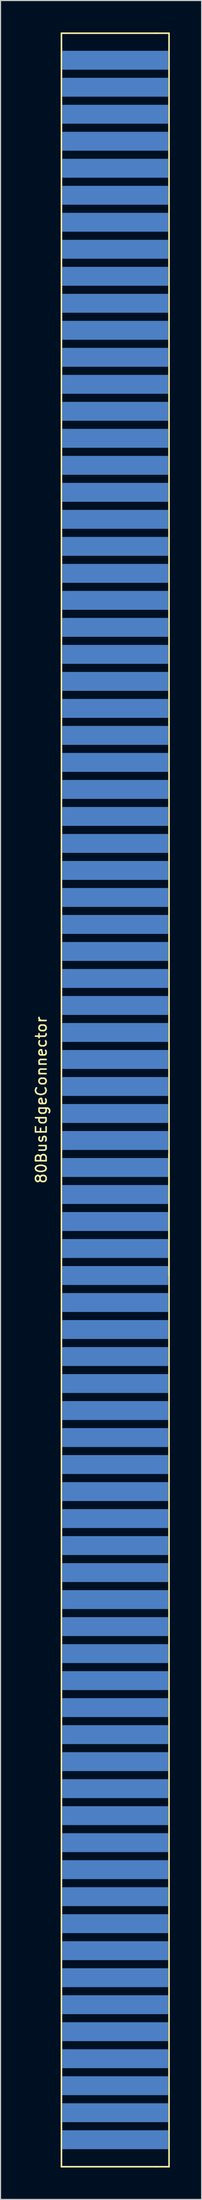
<source format=kicad_pcb>
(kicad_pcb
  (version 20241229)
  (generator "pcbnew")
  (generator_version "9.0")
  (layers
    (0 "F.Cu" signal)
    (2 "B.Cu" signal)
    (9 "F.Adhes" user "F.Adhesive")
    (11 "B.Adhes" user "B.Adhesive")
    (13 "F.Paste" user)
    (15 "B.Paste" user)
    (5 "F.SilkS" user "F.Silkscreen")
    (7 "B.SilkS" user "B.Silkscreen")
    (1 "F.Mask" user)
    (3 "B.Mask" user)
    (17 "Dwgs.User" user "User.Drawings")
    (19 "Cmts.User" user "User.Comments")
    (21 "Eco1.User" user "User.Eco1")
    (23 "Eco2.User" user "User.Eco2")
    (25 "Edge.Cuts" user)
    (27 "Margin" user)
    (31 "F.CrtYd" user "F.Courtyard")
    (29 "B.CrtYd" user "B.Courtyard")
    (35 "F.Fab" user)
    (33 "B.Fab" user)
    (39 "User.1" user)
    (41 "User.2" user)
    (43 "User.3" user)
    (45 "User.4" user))
  (footprint "80BusEdgeConnector"
    (layer "F.Cu")
    (at 6.563 111.835)
    (property "Reference" "80BusEdgeConnector" (at -5.715 -11.43 90) (layer "F.SilkS") (effects (font (size 1 1) (thickness 0.15))))
    (attr through_hole)
    (fp_line (start -3.81 -111.76) (end 5.08 -111.76) (stroke (width 0.15) (type solid)) (layer "F.SilkS"))
    (fp_line (start -3.81 88.9) (end -3.81 -111.76) (stroke (width 0.15) (type solid)) (layer "F.SilkS"))
    (fp_line (start 5.08 -111.76) (end 6.35 -111.76) (stroke (width 0.15) (type solid)) (layer "F.SilkS"))
    (fp_line (start 5.08 88.9) (end -3.81 88.9) (stroke (width 0.15) (type solid)) (layer "F.SilkS"))
    (fp_line (start 5.08 88.9) (end 6.35 88.9) (stroke (width 0.15) (type solid)) (layer "F.SilkS"))
    (fp_line (start 6.35 -111.76) (end 6.35 -46.99) (stroke (width 0.15) (type solid)) (layer "F.SilkS"))
    (fp_line (start 6.35 -6.35) (end 6.35 -46.99) (stroke (width 0.15) (type solid)) (layer "F.SilkS"))
    (fp_line (start 6.35 -6.35) (end 6.35 5.08) (stroke (width 0.15) (type solid)) (layer "F.SilkS"))
    (fp_line (start 6.35 88.9) (end 6.35 -6.35) (stroke (width 0.15) (type solid)) (layer "F.SilkS"))
    (pad "1" connect rect (at 1.27 -109.22 90) (size 1.778 10) (layers "B.Cu" "B.Mask"))
    (pad "2" connect rect (at 1.27 -106.68 90) (size 1.778 10) (layers "B.Cu" "B.Mask"))
    (pad "3" connect rect (at 1.27 -104.14 90) (size 1.778 10) (layers "B.Cu" "B.Mask"))
    (pad "4" connect rect (at 1.27 -101.6 90) (size 1.778 10) (layers "B.Cu" "B.Mask"))
    (pad "5" connect rect (at 1.27 -99.06 90) (size 1.778 10) (layers "B.Cu" "B.Mask"))
    (pad "6" connect rect (at 1.27 -96.52 90) (size 1.778 10) (layers "B.Cu" "B.Mask"))
    (pad "7" connect rect (at 1.27 -93.98 90) (size 1.778 10) (layers "B.Cu" "B.Mask"))
    (pad "8" connect rect (at 1.27 -91.44 90) (size 1.778 10) (layers "B.Cu" "B.Mask"))
    (pad "9" connect rect (at 1.27 -88.9 90) (size 1.778 10) (layers "B.Cu" "B.Mask"))
    (pad "10" connect rect (at 1.27 -86.36 90) (size 1.778 10) (layers "B.Cu" "B.Mask"))
    (pad "11" connect rect (at 1.27 -83.82 90) (size 1.778 10) (layers "B.Cu" "B.Mask"))
    (pad "12" connect rect (at 1.27 -81.28 90) (size 1.778 10) (layers "B.Cu" "B.Mask"))
    (pad "13" connect rect (at 1.27 -78.74 90) (size 1.778 10) (layers "B.Cu" "B.Mask"))
    (pad "14" connect rect (at 1.27 -76.2 90) (size 1.778 10) (layers "B.Cu" "B.Mask"))
    (pad "15" connect rect (at 1.27 -73.66 90) (size 1.778 10) (layers "B.Cu" "B.Mask"))
    (pad "16" connect rect (at 1.27 -71.12 90) (size 1.778 10) (layers "B.Cu" "B.Mask"))
    (pad "17" connect rect (at 1.27 -68.58 90) (size 1.778 10) (layers "B.Cu" "B.Mask"))
    (pad "18" connect rect (at 1.27 -66.04 90) (size 1.778 10) (layers "B.Cu" "B.Mask"))
    (pad "19" connect rect (at 1.27 -63.5 90) (size 1.778 10) (layers "B.Cu" "B.Mask"))
    (pad "20" connect rect (at 1.27 -60.96 90) (size 1.778 10) (layers "B.Cu" "B.Mask"))
    (pad "21" connect rect (at 1.27 -58.42 90) (size 1.778 10) (layers "B.Cu" "B.Mask"))
    (pad "22" connect rect (at 1.27 -55.88 90) (size 1.778 10) (layers "B.Cu" "B.Mask"))
    (pad "23" connect rect (at 1.27 -53.34 90) (size 1.778 10) (layers "B.Cu" "B.Mask"))
    (pad "24" connect rect (at 1.27 -50.8 90) (size 1.778 10) (layers "B.Cu" "B.Mask"))
    (pad "25" connect rect (at 1.27 -48.26 90) (size 1.778 10) (layers "B.Cu" "B.Mask"))
    (pad "26" connect rect (at 1.27 -45.72 90) (size 1.778 10) (layers "B.Cu" "B.Mask"))
    (pad "27" connect rect (at 1.27 -43.18 90) (size 1.778 10) (layers "B.Cu" "B.Mask"))
    (pad "28" connect rect (at 1.27 -40.64 90) (size 1.778 10) (layers "B.Cu" "B.Mask"))
    (pad "29" connect rect (at 1.27 -38.1 90) (size 1.778 10) (layers "B.Cu" "B.Mask"))
    (pad "30" connect rect (at 1.27 -35.56 90) (size 1.778 10) (layers "B.Cu" "B.Mask"))
    (pad "31" connect rect (at 1.27 -33.02 90) (size 1.778 10) (layers "B.Cu" "B.Mask"))
    (pad "32" connect rect (at 1.27 -30.48 90) (size 1.778 10) (layers "B.Cu" "B.Mask"))
    (pad "33" connect rect (at 1.27 -27.94 90) (size 1.778 10) (layers "B.Cu" "B.Mask"))
    (pad "34" connect rect (at 1.27 -25.4 90) (size 1.778 10) (layers "B.Cu" "B.Mask"))
    (pad "35" connect rect (at 1.27 -22.86 90) (size 1.778 10) (layers "B.Cu" "B.Mask"))
    (pad "36" connect rect (at 1.27 -20.32 90) (size 1.778 10) (layers "B.Cu" "B.Mask"))
    (pad "37" connect rect (at 1.27 -17.78 90) (size 1.778 10) (layers "B.Cu" "B.Mask"))
    (pad "38" connect rect (at 1.27 -15.24 90) (size 1.778 10) (layers "B.Cu" "B.Mask"))
    (pad "39" connect rect (at 1.27 -12.7 90) (size 1.778 10) (layers "B.Cu" "B.Mask"))
    (pad "40" connect rect (at 1.27 -10.16 90) (size 1.778 10) (layers "B.Cu" "B.Mask"))
    (pad "41" connect rect (at 1.27 -7.62 90) (size 1.778 10) (layers "B.Cu" "B.Mask"))
    (pad "42" connect rect (at 1.27 -5.08 90) (size 1.778 10) (layers "B.Cu" "B.Mask"))
    (pad "43" connect rect (at 1.27 -2.54 90) (size 1.778 10) (layers "B.Cu" "B.Mask"))
    (pad "44" connect rect (at 1.27 0 90) (size 1.778 10) (layers "B.Cu" "B.Mask"))
    (pad "45" connect rect (at 1.27 2.54 90) (size 1.778 10) (layers "B.Cu" "B.Mask"))
    (pad "46" connect rect (at 1.27 5.08 90) (size 1.778 10) (layers "B.Cu" "B.Mask"))
    (pad "47" connect rect (at 1.27 7.62 90) (size 1.778 10) (layers "B.Cu" "B.Mask"))
    (pad "48" connect rect (at 1.27 10.16 90) (size 1.778 10) (layers "B.Cu" "B.Mask"))
    (pad "49" connect rect (at 1.27 12.7 90) (size 1.778 10) (layers "B.Cu" "B.Mask"))
    (pad "50" connect rect (at 1.27 15.24 90) (size 1.778 10) (layers "B.Cu" "B.Mask"))
    (pad "51" connect rect (at 1.27 17.78 90) (size 1.778 10) (layers "B.Cu" "B.Mask"))
    (pad "52" connect rect (at 1.27 20.32 90) (size 1.778 10) (layers "B.Cu" "B.Mask"))
    (pad "53" connect rect (at 1.27 22.86 90) (size 1.778 10) (layers "B.Cu" "B.Mask"))
    (pad "54" connect rect (at 1.27 25.4 90) (size 1.778 10) (layers "B.Cu" "B.Mask"))
    (pad "55" connect rect (at 1.27 27.94 90) (size 1.778 10) (layers "B.Cu" "B.Mask"))
    (pad "56" connect rect (at 1.27 30.48 90) (size 1.778 10) (layers "B.Cu" "B.Mask"))
    (pad "57" connect rect (at 1.27 33.02 90) (size 1.778 10) (layers "B.Cu" "B.Mask"))
    (pad "58" connect rect (at 1.27 35.56 90) (size 1.778 10) (layers "B.Cu" "B.Mask"))
    (pad "59" connect rect (at 1.27 38.1 90) (size 1.778 10) (layers "B.Cu" "B.Mask"))
    (pad "60" connect rect (at 1.27 40.64 90) (size 1.778 10) (layers "B.Cu" "B.Mask"))
    (pad "61" connect rect (at 1.27 43.18 90) (size 1.778 10) (layers "B.Cu" "B.Mask"))
    (pad "62" connect rect (at 1.27 45.72 90) (size 1.778 10) (layers "B.Cu" "B.Mask"))
    (pad "63" connect rect (at 1.27 48.26 90) (size 1.778 10) (layers "B.Cu" "B.Mask"))
    (pad "64" connect rect (at 1.27 50.8 90) (size 1.778 10) (layers "B.Cu" "B.Mask"))
    (pad "65" connect rect (at 1.27 53.34 90) (size 1.778 10) (layers "B.Cu" "B.Mask"))
    (pad "66" connect rect (at 1.27 55.88 90) (size 1.778 10) (layers "B.Cu" "B.Mask"))
    (pad "67" connect rect (at 1.27 58.42 90) (size 1.778 10) (layers "B.Cu" "B.Mask"))
    (pad "68" connect rect (at 1.27 60.96 90) (size 1.778 10) (layers "B.Cu" "B.Mask"))
    (pad "69" connect rect (at 1.27 63.5 90) (size 1.778 10) (layers "B.Cu" "B.Mask"))
    (pad "70" connect rect (at 1.27 66.04 90) (size 1.778 10) (layers "B.Cu" "B.Mask"))
    (pad "71" connect rect (at 1.27 68.58 90) (size 1.778 10) (layers "B.Cu" "B.Mask"))
    (pad "72" connect rect (at 1.27 71.12 90) (size 1.778 10) (layers "B.Cu" "B.Mask"))
    (pad "73" connect rect (at 1.27 73.66 90) (size 1.778 10) (layers "B.Cu" "B.Mask"))
    (pad "74" connect rect (at 1.27 76.2 90) (size 1.778 10) (layers "B.Cu" "B.Mask"))
    (pad "75" connect rect (at 1.27 78.74 90) (size 1.778 10) (layers "B.Cu" "B.Mask"))
    (pad "76" connect rect (at 1.27 81.28 90) (size 1.778 10) (layers "B.Cu" "B.Mask"))
    (pad "77" connect rect (at 1.27 83.82 90) (size 1.778 10) (layers "B.Cu" "B.Mask"))
    (pad "78" connect rect (at 1.27 86.36 90) (size 1.778 10) (layers "B.Cu" "B.Mask")))
  (gr_rect
    (start -3 -3)
    (end 15.988 203.81)
    (stroke (width 0.1) (type default))
    (fill no)
    (layer "Edge.Cuts")))
</source>
